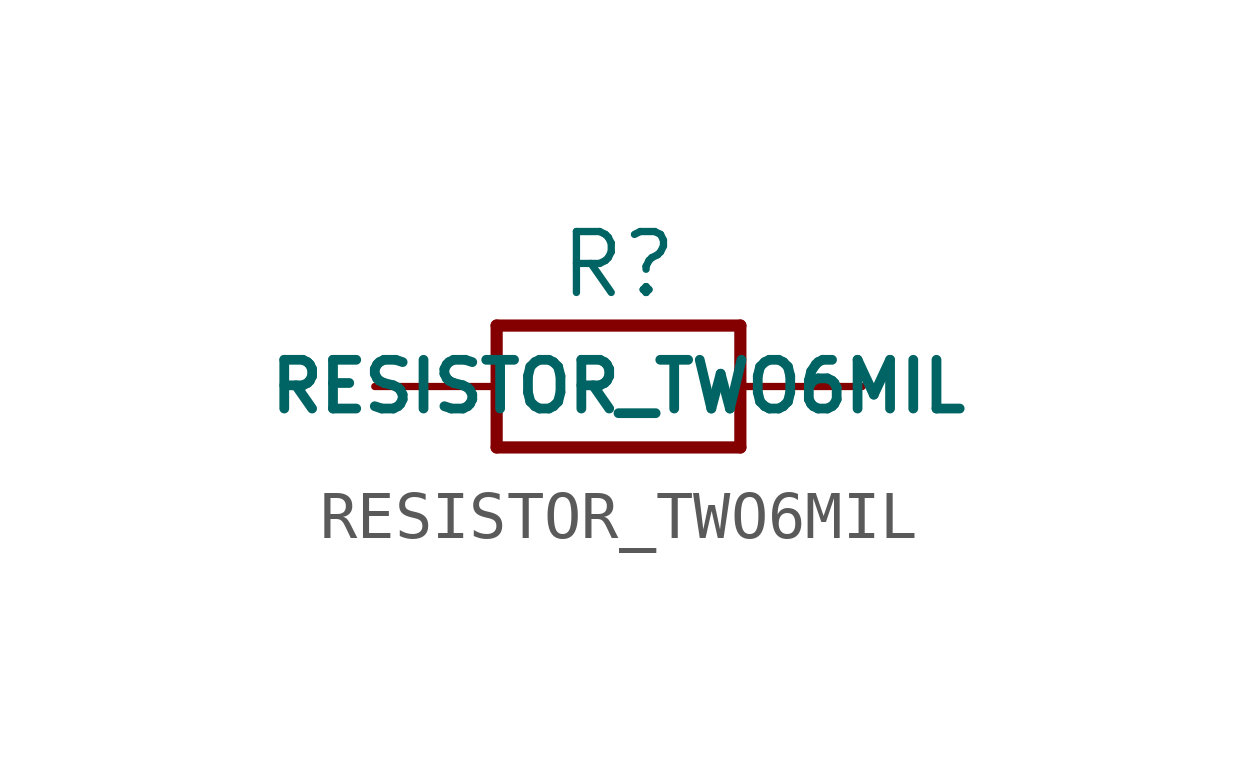
<source format=kicad_sym>
(kicad_symbol_lib
  (version 20211014)
  (generator kicad_symbol_editor)
  (symbol "RESISTOR_TWO6MIL"
    (property "Reference" "R"
      (at 0 2.54 0)
      (effects (font (size 1.27 1.27))))
    (property "Value" "RESISTOR_TWO6MIL"
      (at 0 0 0)
      (effects (font (size 1.016 1.016) bold)))
    (property "ki_locked" ""
      (at 0 0 0)
      (effects (font (size 1.27 1.27))))
    (symbol "RESISTOR_TWO6MIL_1_0"
      (polyline (pts (xy -2.54 -1.27) (xy -2.54 1.27)) (stroke (width 0.254) (type default) (color 0 0 0 0)) (fill (type none)))
      (polyline (pts (xy -2.54 1.27) (xy 2.54 1.27)) (stroke (width 0.254) (type default) (color 0 0 0 0)) (fill (type none)))
      (polyline (pts (xy 2.54 -1.27) (xy -2.54 -1.27)) (stroke (width 0.254) (type default) (color 0 0 0 0)) (fill (type none)))
      (polyline (pts (xy 2.54 1.27) (xy 2.54 -1.27)) (stroke (width 0.254) (type default) (color 0 0 0 0)) (fill (type none)))
      (pin passive line (at -5.08 0 0) (length 2.54) (name "1" (effects (font (size 0 0)))) (number "1" (effects (font (size 0 0)))))
      (pin passive line (at 5.08 0 180) (length 2.54) (name "2" (effects (font (size 0 0)))) (number "2" (effects (font (size 0 0))))))))
</source>
